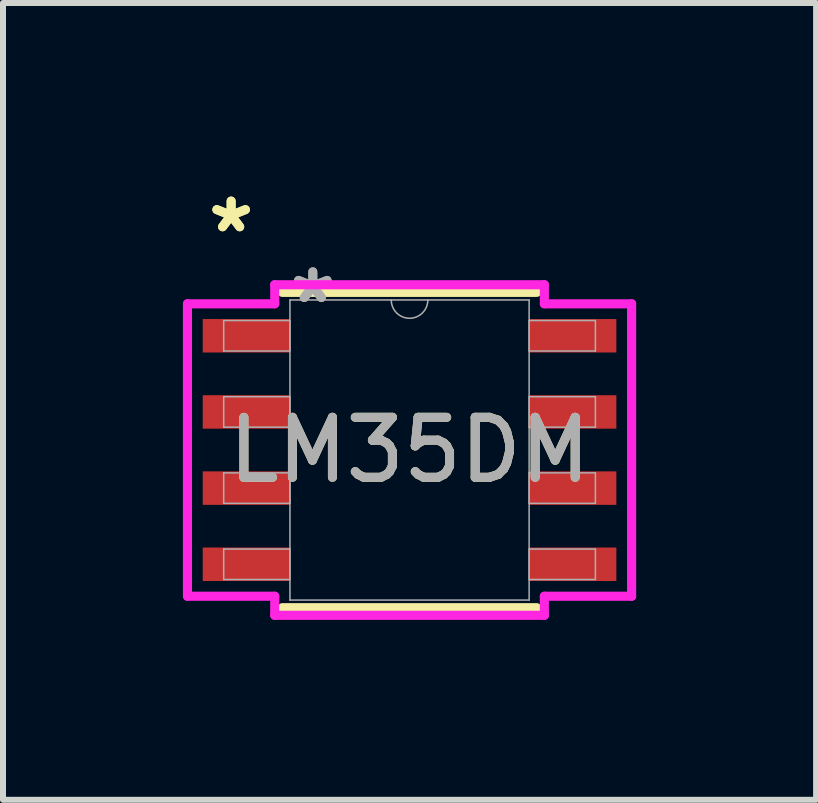
<source format=kicad_pcb>
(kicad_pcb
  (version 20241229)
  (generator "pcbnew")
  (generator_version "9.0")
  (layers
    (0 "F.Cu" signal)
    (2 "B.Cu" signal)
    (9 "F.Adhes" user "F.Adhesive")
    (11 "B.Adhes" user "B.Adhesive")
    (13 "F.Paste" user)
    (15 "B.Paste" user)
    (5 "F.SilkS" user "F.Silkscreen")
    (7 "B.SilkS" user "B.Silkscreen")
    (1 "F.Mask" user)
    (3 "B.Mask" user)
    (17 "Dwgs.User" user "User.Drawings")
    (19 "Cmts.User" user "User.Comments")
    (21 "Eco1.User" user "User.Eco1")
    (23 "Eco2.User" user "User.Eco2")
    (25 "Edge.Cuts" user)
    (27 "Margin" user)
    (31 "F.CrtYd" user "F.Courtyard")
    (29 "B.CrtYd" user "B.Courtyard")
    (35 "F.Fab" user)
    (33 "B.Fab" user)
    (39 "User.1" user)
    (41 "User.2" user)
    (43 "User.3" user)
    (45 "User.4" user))
  (footprint "LM35DM"
    (layer "F.Cu")
    (at 3.779 4.454)
    (property "Reference" "LM35DM" (at 0 0 0) (unlocked yes) (layer "F.SilkS") (effects (font (size 1 1) (thickness 0.15))))
    (attr smd)
    (fp_line (start -2.121 2.629) (end 2.121 2.629) (stroke (width 0.152) (type solid)) (layer "F.SilkS"))
    (fp_line (start 2.121 -2.629) (end -2.121 -2.629) (stroke (width 0.152) (type solid)) (layer "F.SilkS"))
    (fp_line (start -3.703 -2.438) (end -2.248 -2.438) (stroke (width 0.152) (type solid)) (layer "F.CrtYd"))
    (fp_line (start -3.703 2.438) (end -3.703 -2.438) (stroke (width 0.152) (type solid)) (layer "F.CrtYd"))
    (fp_line (start -3.703 2.438) (end -2.248 2.438) (stroke (width 0.152) (type solid)) (layer "F.CrtYd"))
    (fp_line (start -2.248 -2.756) (end 2.248 -2.756) (stroke (width 0.152) (type solid)) (layer "F.CrtYd"))
    (fp_line (start -2.248 -2.438) (end -2.248 -2.756) (stroke (width 0.152) (type solid)) (layer "F.CrtYd"))
    (fp_line (start -2.248 2.756) (end -2.248 2.438) (stroke (width 0.152) (type solid)) (layer "F.CrtYd"))
    (fp_line (start 2.248 -2.756) (end 2.248 -2.438) (stroke (width 0.152) (type solid)) (layer "F.CrtYd"))
    (fp_line (start 2.248 2.438) (end 2.248 2.756) (stroke (width 0.152) (type solid)) (layer "F.CrtYd"))
    (fp_line (start 2.248 2.756) (end -2.248 2.756) (stroke (width 0.152) (type solid)) (layer "F.CrtYd"))
    (fp_line (start 3.703 -2.438) (end 2.248 -2.438) (stroke (width 0.152) (type solid)) (layer "F.CrtYd"))
    (fp_line (start 3.703 -2.438) (end 3.703 2.438) (stroke (width 0.152) (type solid)) (layer "F.CrtYd"))
    (fp_line (start 3.703 2.438) (end 2.248 2.438) (stroke (width 0.152) (type solid)) (layer "F.CrtYd"))
    (fp_line (start -3.099 -2.159) (end -3.099 -1.651) (stroke (width 0.025) (type solid)) (layer "F.Fab"))
    (fp_line (start -3.099 -1.651) (end -1.994 -1.651) (stroke (width 0.025) (type solid)) (layer "F.Fab"))
    (fp_line (start -3.099 -0.889) (end -3.099 -0.381) (stroke (width 0.025) (type solid)) (layer "F.Fab"))
    (fp_line (start -3.099 -0.381) (end -1.994 -0.381) (stroke (width 0.025) (type solid)) (layer "F.Fab"))
    (fp_line (start -3.099 0.381) (end -3.099 0.889) (stroke (width 0.025) (type solid)) (layer "F.Fab"))
    (fp_line (start -3.099 0.889) (end -1.994 0.889) (stroke (width 0.025) (type solid)) (layer "F.Fab"))
    (fp_line (start -3.099 1.651) (end -3.099 2.159) (stroke (width 0.025) (type solid)) (layer "F.Fab"))
    (fp_line (start -3.099 2.159) (end -1.994 2.159) (stroke (width 0.025) (type solid)) (layer "F.Fab"))
    (fp_line (start -1.994 -2.502) (end -1.994 2.502) (stroke (width 0.025) (type solid)) (layer "F.Fab"))
    (fp_line (start -1.994 -2.159) (end -3.099 -2.159) (stroke (width 0.025) (type solid)) (layer "F.Fab"))
    (fp_line (start -1.994 -1.651) (end -1.994 -2.159) (stroke (width 0.025) (type solid)) (layer "F.Fab"))
    (fp_line (start -1.994 -0.889) (end -3.099 -0.889) (stroke (width 0.025) (type solid)) (layer "F.Fab"))
    (fp_line (start -1.994 -0.381) (end -1.994 -0.889) (stroke (width 0.025) (type solid)) (layer "F.Fab"))
    (fp_line (start -1.994 0.381) (end -3.099 0.381) (stroke (width 0.025) (type solid)) (layer "F.Fab"))
    (fp_line (start -1.994 0.889) (end -1.994 0.381) (stroke (width 0.025) (type solid)) (layer "F.Fab"))
    (fp_line (start -1.994 1.651) (end -3.099 1.651) (stroke (width 0.025) (type solid)) (layer "F.Fab"))
    (fp_line (start -1.994 2.159) (end -1.994 1.651) (stroke (width 0.025) (type solid)) (layer "F.Fab"))
    (fp_line (start -1.994 2.502) (end 1.994 2.502) (stroke (width 0.025) (type solid)) (layer "F.Fab"))
    (fp_line (start 1.994 -2.502) (end -1.994 -2.502) (stroke (width 0.025) (type solid)) (layer "F.Fab"))
    (fp_line (start 1.994 -2.159) (end 1.994 -1.651) (stroke (width 0.025) (type solid)) (layer "F.Fab"))
    (fp_line (start 1.994 -1.651) (end 3.099 -1.651) (stroke (width 0.025) (type solid)) (layer "F.Fab"))
    (fp_line (start 1.994 -0.889) (end 1.994 -0.381) (stroke (width 0.025) (type solid)) (layer "F.Fab"))
    (fp_line (start 1.994 -0.381) (end 3.099 -0.381) (stroke (width 0.025) (type solid)) (layer "F.Fab"))
    (fp_line (start 1.994 0.381) (end 1.994 0.889) (stroke (width 0.025) (type solid)) (layer "F.Fab"))
    (fp_line (start 1.994 0.889) (end 3.099 0.889) (stroke (width 0.025) (type solid)) (layer "F.Fab"))
    (fp_line (start 1.994 1.651) (end 1.994 2.159) (stroke (width 0.025) (type solid)) (layer "F.Fab"))
    (fp_line (start 1.994 2.159) (end 3.099 2.159) (stroke (width 0.025) (type solid)) (layer "F.Fab"))
    (fp_line (start 1.994 2.502) (end 1.994 -2.502) (stroke (width 0.025) (type solid)) (layer "F.Fab"))
    (fp_line (start 3.099 -2.159) (end 1.994 -2.159) (stroke (width 0.025) (type solid)) (layer "F.Fab"))
    (fp_line (start 3.099 -1.651) (end 3.099 -2.159) (stroke (width 0.025) (type solid)) (layer "F.Fab"))
    (fp_line (start 3.099 -0.889) (end 1.994 -0.889) (stroke (width 0.025) (type solid)) (layer "F.Fab"))
    (fp_line (start 3.099 -0.381) (end 3.099 -0.889) (stroke (width 0.025) (type solid)) (layer "F.Fab"))
    (fp_line (start 3.099 0.381) (end 1.994 0.381) (stroke (width 0.025) (type solid)) (layer "F.Fab"))
    (fp_line (start 3.099 0.889) (end 3.099 0.381) (stroke (width 0.025) (type solid)) (layer "F.Fab"))
    (fp_line (start 3.099 1.651) (end 1.994 1.651) (stroke (width 0.025) (type solid)) (layer "F.Fab"))
    (fp_line (start 3.099 2.159) (end 3.099 1.651) (stroke (width 0.025) (type solid)) (layer "F.Fab"))
    (fp_arc (start 0.3048 -2.5019) (mid 0 -2.1971) (end -0.3048 -2.5019) (stroke (width 0.0254) (type solid)) (layer "F.Fab"))
    (fp_text user "*" (at -2.975 -3.606 0) (layer "F.SilkS") (effects (font (size 1 1) (thickness 0.15))))
    (fp_text user "*" (at -2.975 -3.606 0) (unlocked yes) (layer "F.SilkS") (effects (font (size 1 1) (thickness 0.15))))
    (fp_text user "*" (at -1.613 -2.426 0) (unlocked yes) (layer "F.Fab") (effects (font (size 1 1) (thickness 0.15))))
    (fp_text user "${REFERENCE}" (at 0 0 0) (unlocked yes) (layer "F.Fab") (effects (font (size 1 1) (thickness 0.15))))
    (fp_text user "*" (at -1.613 -2.426 0) (layer "F.Fab") (effects (font (size 1 1) (thickness 0.15))))
    (pad "1" smd rect (at -2.721 -1.905) (size 1.455 0.558) (layers "F.Cu" "F.Mask" "F.Paste"))
    (pad "2" smd rect (at -2.721 -0.635) (size 1.455 0.558) (layers "F.Cu" "F.Mask" "F.Paste"))
    (pad "3" smd rect (at -2.721 0.635) (size 1.455 0.558) (layers "F.Cu" "F.Mask" "F.Paste"))
    (pad "4" smd rect (at -2.721 1.905) (size 1.455 0.558) (layers "F.Cu" "F.Mask" "F.Paste"))
    (pad "5" smd rect (at 2.721 1.905) (size 1.455 0.558) (layers "F.Cu" "F.Mask" "F.Paste"))
    (pad "6" smd rect (at 2.721 0.635) (size 1.455 0.558) (layers "F.Cu" "F.Mask" "F.Paste"))
    (pad "7" smd rect (at 2.721 -0.635) (size 1.455 0.558) (layers "F.Cu" "F.Mask" "F.Paste"))
    (pad "8" smd rect (at 2.721 -1.905) (size 1.455 0.558) (layers "F.Cu" "F.Mask" "F.Paste")))
  (gr_rect
    (start -3 -3)
    (end 10.558 10.286)
    (stroke (width 0.1) (type default))
    (fill no)
    (layer "Edge.Cuts")))
</source>
